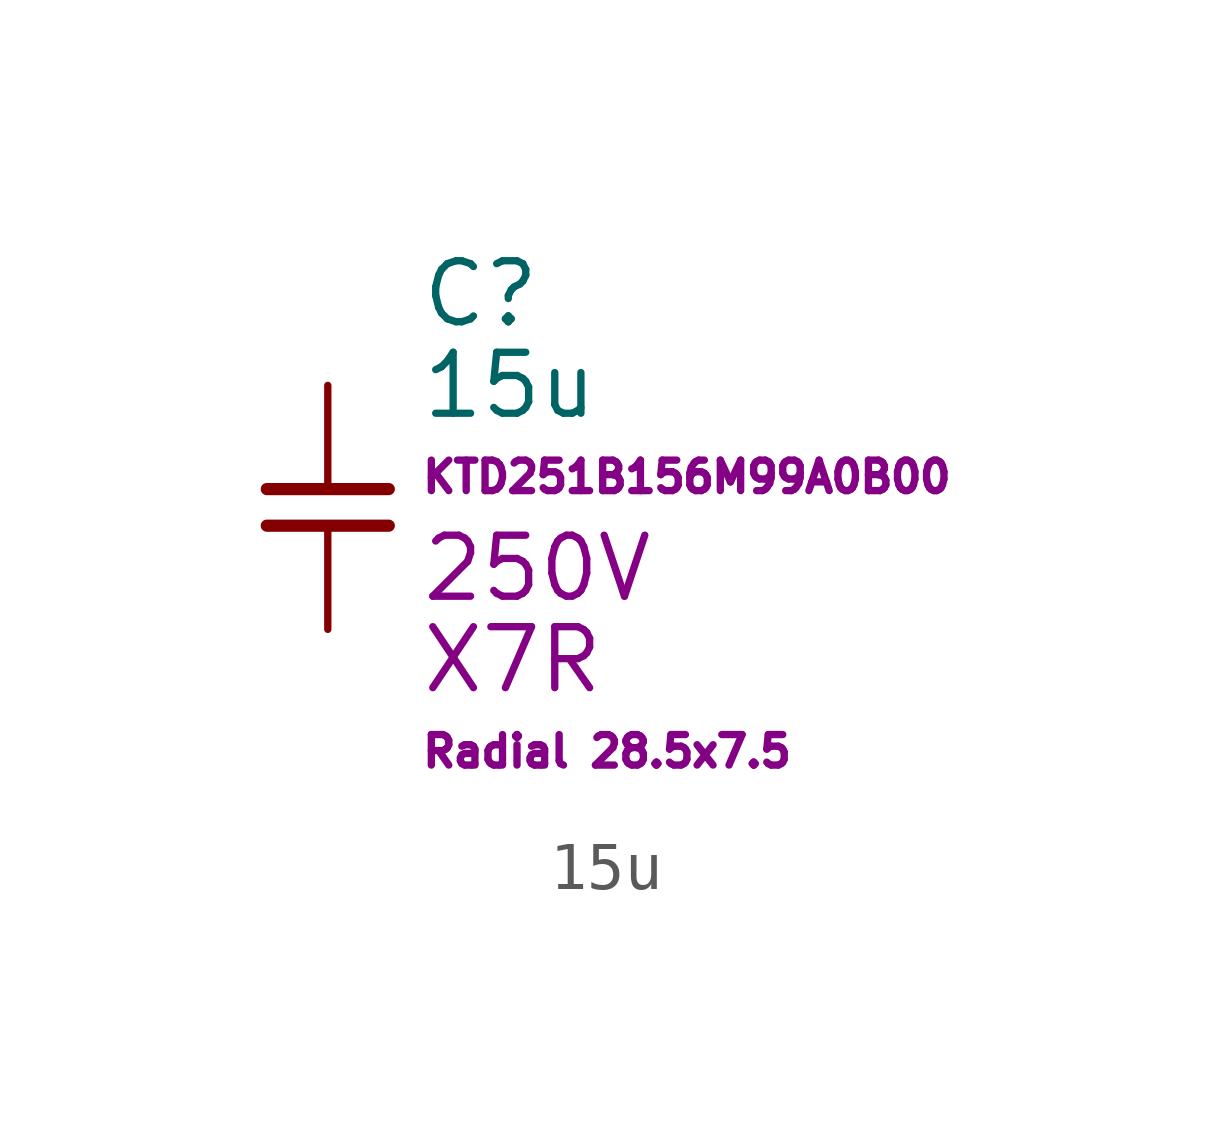
<source format=kicad_sym>
(kicad_symbol_lib
  (version 20220914)
  (generator kicad_symbol_editor)
  (symbol "15u"
    (pin_numbers hide)
    (pin_names hide)
    (property "Reference" "C"
      (at 1.905 1.905 0)
      (effects (font (size 1.27 1.27)) (justify left)))
    (property "Value" "15u"
      (at 1.905 0 0)
      (effects (font (size 1.27 1.27)) (justify left)))
    (property "Mfr PN" "KTD251B156M99A0B00"
      (at 1.905 -1.905 0)
      (effects (font (size 0.635 0.635)) (justify left)))
    (property "Voltage" "250V"
      (at 1.905 -3.81 0)
      (effects (font (size 1.27 1.27)) (justify left)))
    (property "Dielectric" "X7R"
      (at 1.905 -5.715 0)
      (effects (font (size 1.27 1.27)) (justify left)))
    (property "Package" "Radial 28.5x7.5"
      (at 1.905 -7.62 0)
      (effects (font (size 0.635 0.635)) (justify left)))
    (symbol "15u_0_1"
      (polyline (pts (xy -1.27 -2.921) (xy 1.27 -2.921)) (stroke (width 0.254) (type default)) (fill (type none)))
      (polyline (pts (xy -1.27 -2.159) (xy 1.27 -2.159)) (stroke (width 0.254) (type default)) (fill (type none))))
    (symbol "15u_1_1"
      (pin passive line (at 0 0 270) (length 2.1) (name "+" (effects (font (size 1.27 1.27)))) (number "1" (effects (font (size 1.27 1.27)))))
      (pin passive line (at 0 -5.08 90) (length 2.1) (name "-" (effects (font (size 1.27 1.27)))) (number "2" (effects (font (size 1.27 1.27))))))))
</source>
